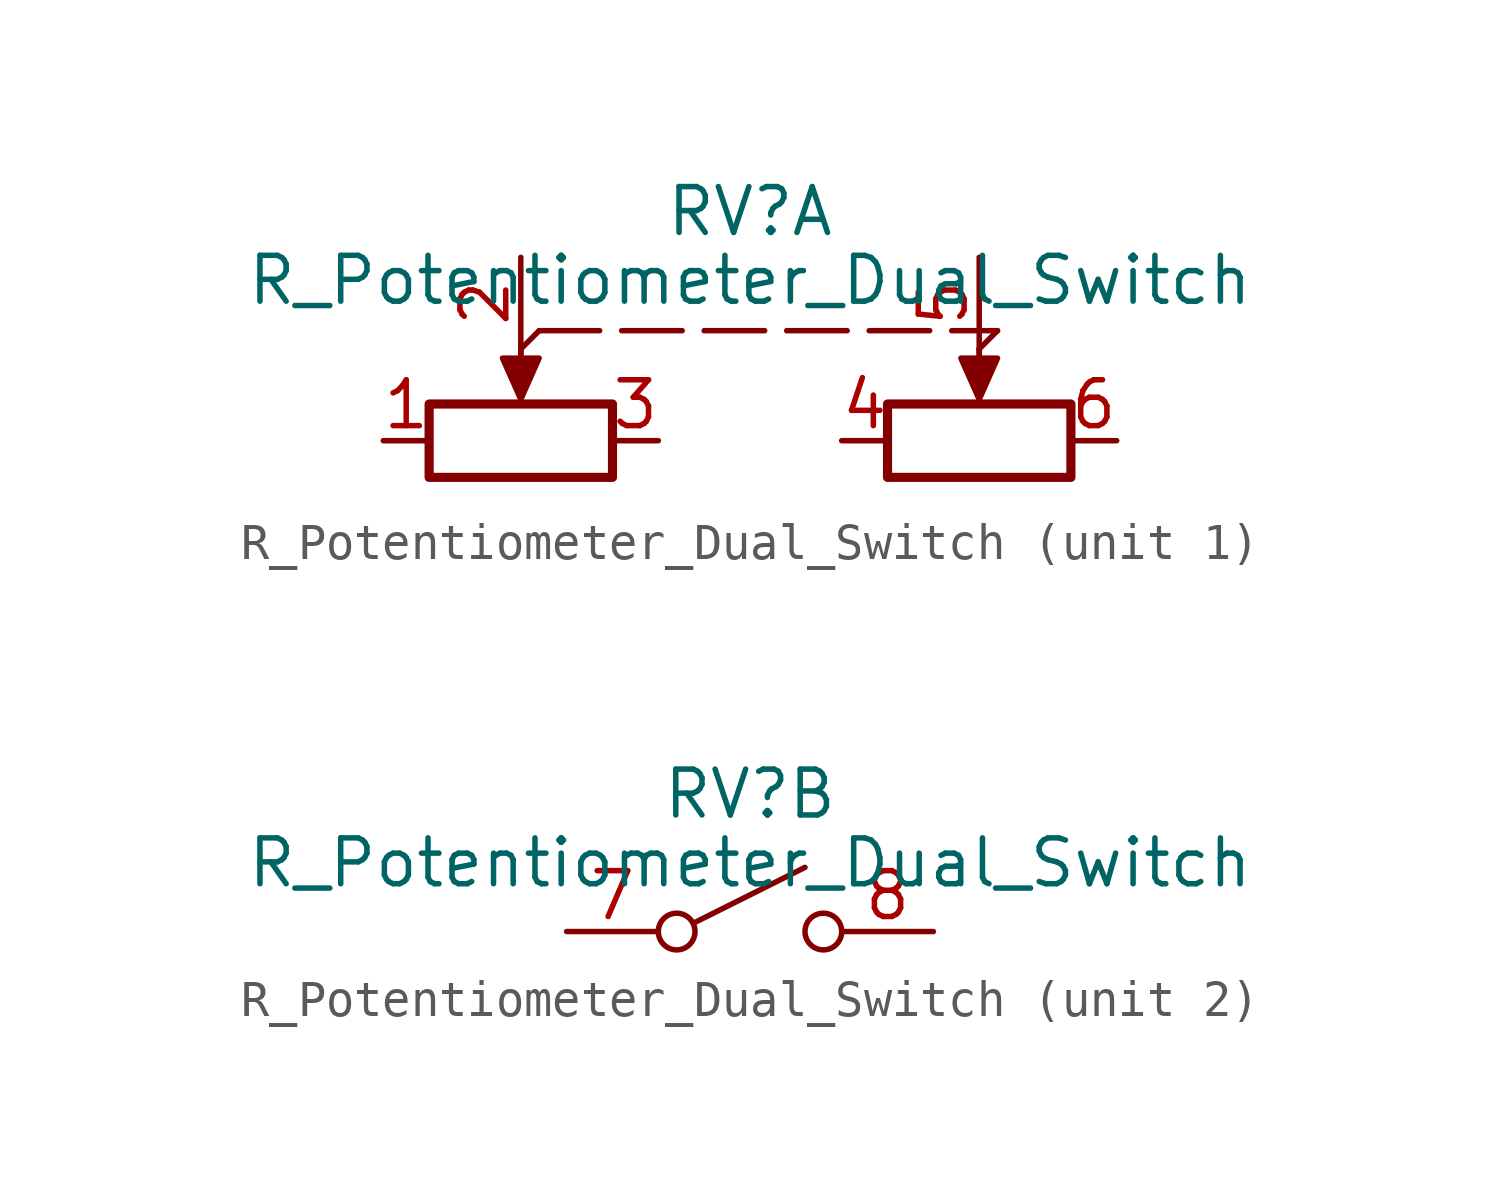
<source format=kicad_sym>
(kicad_symbol_lib
  (version 20220914)
  (generator kicad_symbol_editor)
  (symbol "R_Potentiometer_Dual_Switch"
    (pin_names
      (offset 1.016) hide)
    (property "Reference" "RV"
      (at 0 3.81 0)
      (effects (font (size 1.27 1.27))))
    (property "Value" "R_Potentiometer_Dual_Switch"
      (at 0 1.905 0)
      (effects (font (size 1.27 1.27))))
    (property "ki_locked" ""
      (at 0 0 0)
      (effects (font (size 1.27 1.27))))
    (symbol "R_Potentiometer_Dual_Switch_1_1"
      (rectangle (start -8.89 -1.524) (end -3.81 -3.556) (stroke (width 0.254) (type default)) (fill (type none)))
      (polyline (pts (xy -6.35 0) (xy -6.35 -1.016)) (stroke (width 0) (type default)) (fill (type none)))
      (polyline (pts (xy -6.35 0) (xy -6.35 -1.016)) (stroke (width 0) (type default)) (fill (type none)))
      (polyline (pts (xy -6.35 0) (xy -5.842 0.508)) (stroke (width 0) (type default)) (fill (type none)))
      (polyline (pts (xy -5.842 0.508) (xy 6.858 0.508)) (stroke (width 0) (type dash)) (fill (type none)))
      (polyline (pts (xy 6.35 0) (xy 6.35 -1.016)) (stroke (width 0) (type default)) (fill (type none)))
      (polyline (pts (xy 6.35 0) (xy 6.35 -1.016)) (stroke (width 0) (type default)) (fill (type none)))
      (polyline (pts (xy 6.858 0.508) (xy 6.35 0)) (stroke (width 0) (type default)) (fill (type none)))
      (polyline (pts (xy -6.35 -1.397) (xy -6.858 -0.254) (xy -5.842 -0.254) (xy -6.35 -1.397)) (stroke (width 0) (type default)) (fill (type outline)))
      (polyline (pts (xy 6.35 -1.397) (xy 5.842 -0.254) (xy 6.858 -0.254) (xy 6.35 -1.397)) (stroke (width 0) (type default)) (fill (type outline)))
      (rectangle (start 3.81 -1.524) (end 8.89 -3.556) (stroke (width 0.254) (type default)) (fill (type none)))
      (pin passive line (at -10.16 -2.54 0) (length 1.27) (name "1" (effects (font (size 1.27 1.27)))) (number "1" (effects (font (size 1.27 1.27)))))
      (pin passive line (at -6.35 2.54 270) (length 2.54) (name "2" (effects (font (size 1.27 1.27)))) (number "2" (effects (font (size 1.27 1.27)))))
      (pin passive line (at -2.54 -2.54 180) (length 1.27) (name "3" (effects (font (size 1.27 1.27)))) (number "3" (effects (font (size 1.27 1.27)))))
      (pin passive line (at 2.54 -2.54 0) (length 1.27) (name "4" (effects (font (size 1.27 1.27)))) (number "4" (effects (font (size 1.27 1.27)))))
      (pin passive line (at 6.35 2.54 270) (length 2.54) (name "5" (effects (font (size 1.27 1.27)))) (number "5" (effects (font (size 1.27 1.27)))))
      (pin passive line (at 10.16 -2.54 180) (length 1.27) (name "6" (effects (font (size 1.27 1.27)))) (number "6" (effects (font (size 1.27 1.27))))))
    (symbol "R_Potentiometer_Dual_Switch_2_1"
      (circle (center -2.032 0) (radius 0.508) (stroke (width 0) (type default)) (fill (type none)))
      (polyline (pts (xy -1.524 0.254) (xy 1.524 1.778)) (stroke (width 0) (type default)) (fill (type none)))
      (circle (center 2.032 0) (radius 0.508) (stroke (width 0) (type default)) (fill (type none)))
      (pin passive line (at -5.08 0 0) (length 2.54) (name "A" (effects (font (size 1.27 1.27)))) (number "7" (effects (font (size 1.27 1.27)))))
      (pin passive line (at 5.08 0 180) (length 2.54) (name "B" (effects (font (size 1.27 1.27)))) (number "8" (effects (font (size 1.27 1.27))))))))
</source>
